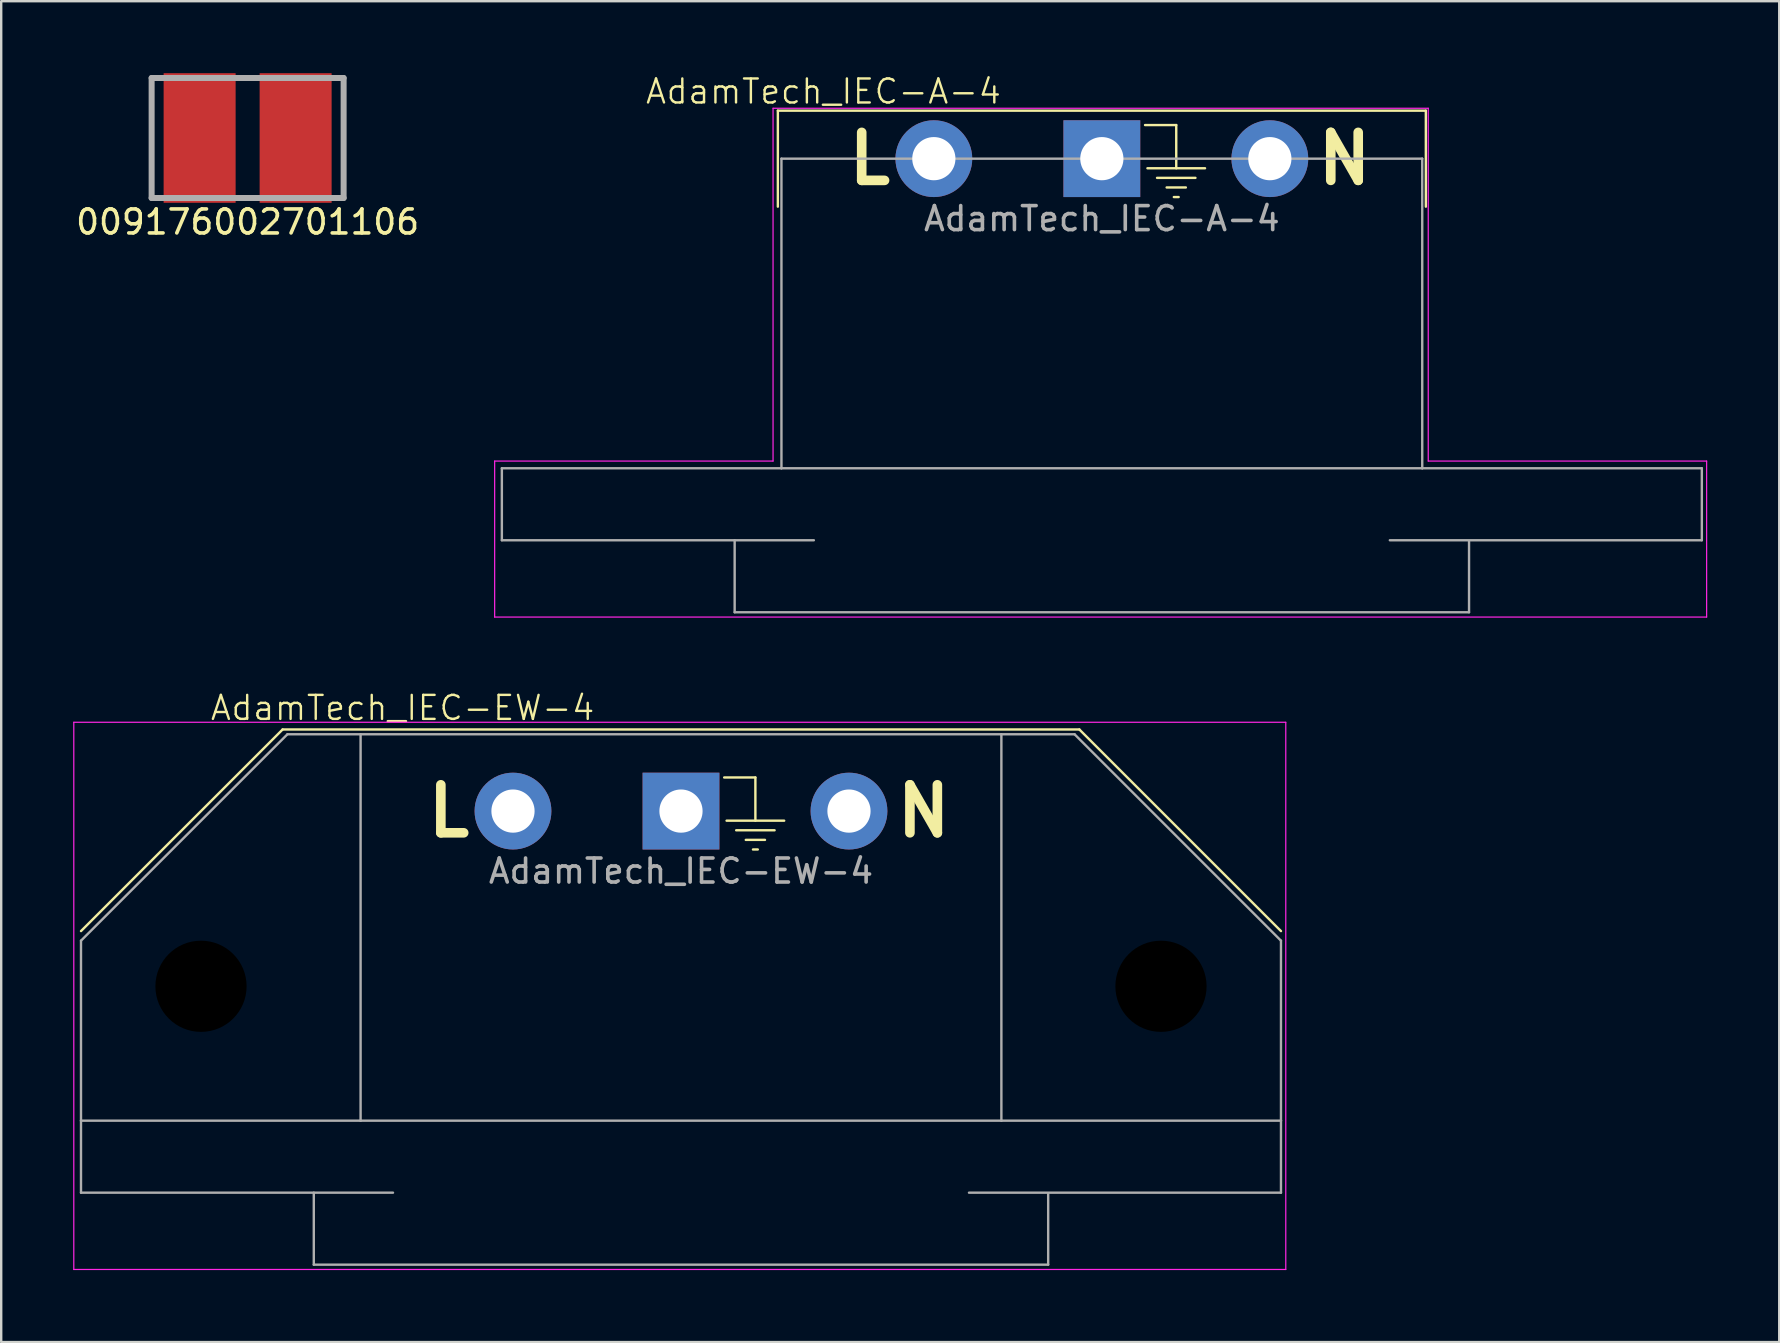
<source format=kicad_pcb>
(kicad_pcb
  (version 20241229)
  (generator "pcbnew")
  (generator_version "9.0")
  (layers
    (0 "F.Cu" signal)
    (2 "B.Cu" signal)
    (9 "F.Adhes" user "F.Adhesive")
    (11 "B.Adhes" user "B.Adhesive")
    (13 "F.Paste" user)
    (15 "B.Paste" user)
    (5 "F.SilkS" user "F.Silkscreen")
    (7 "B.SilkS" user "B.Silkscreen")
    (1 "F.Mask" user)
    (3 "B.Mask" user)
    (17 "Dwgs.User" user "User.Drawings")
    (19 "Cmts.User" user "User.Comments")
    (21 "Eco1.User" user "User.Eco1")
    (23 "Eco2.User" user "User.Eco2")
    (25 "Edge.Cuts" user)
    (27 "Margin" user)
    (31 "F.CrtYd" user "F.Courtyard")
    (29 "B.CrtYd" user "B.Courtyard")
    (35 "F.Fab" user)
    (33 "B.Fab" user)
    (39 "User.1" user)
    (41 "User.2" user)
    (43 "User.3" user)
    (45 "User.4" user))
  (footprint "AdamTech_IEC-A-4"
    (layer "F.Cu")
    (at 42.861 3.561)
    (property "Reference" "AdamTech_IEC-A-4" (at -11.6 -2.8 0) (unlocked yes) (layer "F.SilkS") (effects (font (size 1 1) (thickness 0.1))))
    (attr through_hole)
    (fp_line (start -13.5 -2) (end 13.5 -2) (stroke (width 0.1) (type default)) (layer "F.SilkS"))
    (fp_line (start -13.5 2) (end -13.5 -2) (stroke (width 0.1) (type default)) (layer "F.SilkS"))
    (fp_line (start 1.8 -1.4) (end 3.1 -1.4) (stroke (width 0.1) (type default)) (layer "F.SilkS"))
    (fp_line (start 1.9 0.4) (end 4.3 0.4) (stroke (width 0.1) (type default)) (layer "F.SilkS"))
    (fp_line (start 2.3 0.8) (end 3.9 0.8) (stroke (width 0.1) (type default)) (layer "F.SilkS"))
    (fp_line (start 2.7 1.2) (end 3.5 1.2) (stroke (width 0.1) (type default)) (layer "F.SilkS"))
    (fp_line (start 3 1.6) (end 3.2 1.6) (stroke (width 0.1) (type default)) (layer "F.SilkS"))
    (fp_line (start 3.1 -1.4) (end 3.1 0.4) (stroke (width 0.1) (type default)) (layer "F.SilkS"))
    (fp_line (start 13.5 -2) (end 13.5 2) (stroke (width 0.1) (type default)) (layer "F.SilkS"))
    (fp_line (start -25.3 12.6) (end -13.7 12.6) (stroke (width 0.05) (type default)) (layer "F.CrtYd"))
    (fp_line (start -25.3 19.1) (end -25.3 12.6) (stroke (width 0.05) (type default)) (layer "F.CrtYd"))
    (fp_line (start -13.7 -2.1) (end 13.6 -2.1) (stroke (width 0.05) (type default)) (layer "F.CrtYd"))
    (fp_line (start -13.7 12.6) (end -13.7 -2.1) (stroke (width 0.05) (type default)) (layer "F.CrtYd"))
    (fp_line (start 13.6 -2.1) (end 13.6 12.6) (stroke (width 0.05) (type default)) (layer "F.CrtYd"))
    (fp_line (start 13.6 12.6) (end 25.2 12.6) (stroke (width 0.05) (type default)) (layer "F.CrtYd"))
    (fp_line (start 25.2 12.6) (end 25.2 19.1) (stroke (width 0.05) (type default)) (layer "F.CrtYd"))
    (fp_line (start 25.2 19.1) (end -25.3 19.1) (stroke (width 0.05) (type default)) (layer "F.CrtYd"))
    (fp_line (start -25 12.9) (end -25 15.9) (stroke (width 0.1) (type default)) (layer "F.Fab"))
    (fp_line (start -25 15.9) (end -12 15.9) (stroke (width 0.1) (type default)) (layer "F.Fab"))
    (fp_line (start -15.3 15.9) (end -15.3 18.9) (stroke (width 0.1) (type default)) (layer "F.Fab"))
    (fp_line (start -15.3 18.9) (end 15.3 18.9) (stroke (width 0.1) (type default)) (layer "F.Fab"))
    (fp_line (start -13.35 0) (end -13.35 12.9) (stroke (width 0.1) (type default)) (layer "F.Fab"))
    (fp_line (start -13.35 0) (end 13.35 0) (stroke (width 0.1) (type default)) (layer "F.Fab"))
    (fp_line (start -13.35 12.9) (end -25 12.9) (stroke (width 0.1) (type default)) (layer "F.Fab"))
    (fp_line (start -13.35 12.9) (end 13.35 12.9) (stroke (width 0.1) (type default)) (layer "F.Fab"))
    (fp_line (start 13.35 12.9) (end 13.35 0) (stroke (width 0.1) (type default)) (layer "F.Fab"))
    (fp_line (start 13.35 12.9) (end 25 12.9) (stroke (width 0.1) (type default)) (layer "F.Fab"))
    (fp_line (start 15.3 18.9) (end 15.3 15.95) (stroke (width 0.1) (type default)) (layer "F.Fab"))
    (fp_line (start 25 12.9) (end 25 15.9) (stroke (width 0.1) (type default)) (layer "F.Fab"))
    (fp_line (start 25 15.9) (end 12 15.9) (stroke (width 0.1) (type default)) (layer "F.Fab"))
    (fp_text user "L" (at -8.6 0 0) (unlocked yes) (layer "F.SilkS") (effects (font (size 2 2) (thickness 0.4) (bold yes)) (justify right)))
    (fp_text user "N" (at 8.8 0 0) (unlocked yes) (layer "F.SilkS") (effects (font (size 2 2) (thickness 0.4) (bold yes)) (justify left)))
    (fp_text user "${REFERENCE}" (at 0 2.5 0) (unlocked yes) (layer "F.Fab") (effects (font (size 1 1) (thickness 0.15))))
    (pad "1" thru_hole circle (at -7 0) (size 3.2 3.2) (drill 1.8) (layers "*.Cu" "*.Mask"))
    (pad "2" thru_hole circle (at 7 0) (size 3.2 3.2) (drill 1.8) (layers "*.Cu" "*.Mask"))
    (pad "3" thru_hole rect (at 0 0) (size 3.2 3.2) (drill 1.8) (layers "*.Cu" "*.Mask")))
  (footprint "AdamTech_IEC-EW-4"
    (layer "F.Cu")
    (at 25.325 46.546)
    (property "Reference" "AdamTech_IEC-EW-4" (at -11.6 -20.1 0) (unlocked yes) (layer "F.SilkS") (effects (font (size 1 1) (thickness 0.1))))
    (attr through_hole)
    (fp_line (start -16.6 -19.2) (end -25 -10.8) (stroke (width 0.1) (type default)) (layer "F.SilkS"))
    (fp_line (start -16.6 -19.2) (end 16.6 -19.2) (stroke (width 0.1) (type default)) (layer "F.SilkS"))
    (fp_line (start 1.8 -17.2) (end 3.1 -17.2) (stroke (width 0.1) (type default)) (layer "F.SilkS"))
    (fp_line (start 1.9 -15.4) (end 4.3 -15.4) (stroke (width 0.1) (type default)) (layer "F.SilkS"))
    (fp_line (start 2.3 -15) (end 3.9 -15) (stroke (width 0.1) (type default)) (layer "F.SilkS"))
    (fp_line (start 2.7 -14.6) (end 3.5 -14.6) (stroke (width 0.1) (type default)) (layer "F.SilkS"))
    (fp_line (start 3 -14.2) (end 3.2 -14.2) (stroke (width 0.1) (type default)) (layer "F.SilkS"))
    (fp_line (start 3.1 -17.2) (end 3.1 -15.4) (stroke (width 0.1) (type default)) (layer "F.SilkS"))
    (fp_line (start 16.6 -19.2) (end 25 -10.8) (stroke (width 0.1) (type default)) (layer "F.SilkS"))
    (fp_line (start -25.3 -19.5) (end 25.2 -19.5) (stroke (width 0.05) (type default)) (layer "F.CrtYd"))
    (fp_line (start -25.3 3.3) (end -25.3 -19.5) (stroke (width 0.05) (type default)) (layer "F.CrtYd"))
    (fp_line (start 25.2 -19.5) (end 25.2 3.3) (stroke (width 0.05) (type default)) (layer "F.CrtYd"))
    (fp_line (start 25.2 3.3) (end -25.3 3.3) (stroke (width 0.05) (type default)) (layer "F.CrtYd"))
    (fp_line (start -25 -2.9) (end -25 -10.4) (stroke (width 0.1) (type default)) (layer "F.Fab"))
    (fp_line (start -25 -2.9) (end -25 0.1) (stroke (width 0.1) (type default)) (layer "F.Fab"))
    (fp_line (start -25 0.1) (end -12 0.1) (stroke (width 0.1) (type default)) (layer "F.Fab"))
    (fp_line (start -16.4 -19) (end -25 -10.4) (stroke (width 0.1) (type default)) (layer "F.Fab"))
    (fp_line (start -16.4 -19) (end 16.4 -19) (stroke (width 0.1) (type default)) (layer "F.Fab"))
    (fp_line (start -15.3 0.1) (end -15.3 3.1) (stroke (width 0.1) (type default)) (layer "F.Fab"))
    (fp_line (start -15.3 3.1) (end 15.3 3.1) (stroke (width 0.1) (type default)) (layer "F.Fab"))
    (fp_line (start -13.35 -19) (end -13.35 -2.9) (stroke (width 0.1) (type default)) (layer "F.Fab"))
    (fp_line (start -13.35 -2.9) (end -25 -2.9) (stroke (width 0.1) (type default)) (layer "F.Fab"))
    (fp_line (start -13.35 -2.9) (end 13.35 -2.9) (stroke (width 0.1) (type default)) (layer "F.Fab"))
    (fp_line (start 13.35 -2.9) (end 13.35 -19) (stroke (width 0.1) (type default)) (layer "F.Fab"))
    (fp_line (start 13.35 -2.9) (end 25 -2.9) (stroke (width 0.1) (type default)) (layer "F.Fab"))
    (fp_line (start 15.3 3.1) (end 15.3 0.15) (stroke (width 0.1) (type default)) (layer "F.Fab"))
    (fp_line (start 16.4 -19) (end 25 -10.4) (stroke (width 0.1) (type default)) (layer "F.Fab"))
    (fp_line (start 25 -2.9) (end 25 -10.4) (stroke (width 0.1) (type default)) (layer "F.Fab"))
    (fp_line (start 25 -2.9) (end 25 0.1) (stroke (width 0.1) (type default)) (layer "F.Fab"))
    (fp_line (start 25 0.1) (end 12 0.1) (stroke (width 0.1) (type default)) (layer "F.Fab"))
    (fp_text user "N" (at 8.8 -15.8 0) (unlocked yes) (layer "F.SilkS") (effects (font (size 2 2) (thickness 0.4) (bold yes)) (justify left)))
    (fp_text user "L" (at -8.6 -15.8 0) (unlocked yes) (layer "F.SilkS") (effects (font (size 2 2) (thickness 0.4) (bold yes)) (justify right)))
    (fp_text user "${REFERENCE}" (at 0 -13.3 0) (unlocked yes) (layer "F.Fab") (effects (font (size 1 1) (thickness 0.15))))
    (pad "" np_thru_hole circle (at -20 -8.5) (size 4 4) (drill 3.8) (layers "*.Mask"))
    (pad "" np_thru_hole circle (at 20 -8.5) (size 4 4) (drill 3.8) (layers "*.Mask"))
    (pad "1" thru_hole circle (at -7 -15.8) (size 3.2 3.2) (drill 1.8) (layers "*.Cu" "*.Mask"))
    (pad "2" thru_hole circle (at 7 -15.8) (size 3.2 3.2) (drill 1.8) (layers "*.Cu" "*.Mask"))
    (pad "3" thru_hole rect (at 0 -15.8) (size 3.2 3.2) (drill 1.8) (layers "*.Cu" "*.Mask")))
  (footprint "009176002701106"
    (layer "F.Cu")
    (at 7.268 2.7)
    (property "Reference" "009176002701106" (at 0 3.5 0) (layer "F.SilkS") (effects (font (size 1 1) (thickness 0.15))))
    (attr through_hole)
    (fp_line (start -4 -2.5) (end 4 -2.5) (stroke (width 0.25) (type solid)) (layer "F.Fab"))
    (fp_line (start -4 2.5) (end -4 -2.5) (stroke (width 0.25) (type solid)) (layer "F.Fab"))
    (fp_line (start 4 -2.5) (end 4 2.5) (stroke (width 0.25) (type solid)) (layer "F.Fab"))
    (fp_line (start 4 2.5) (end -4 2.5) (stroke (width 0.25) (type solid)) (layer "F.Fab"))
    (pad "1" smd rect (at -2 0) (size 3 5.4) (layers "F.Cu" "F.Mask" "F.Paste"))
    (pad "2" smd rect (at 2 0) (size 3 5.4) (layers "F.Cu" "F.Mask" "F.Paste")))
  (gr_rect
    (start -3 -3)
    (end 71.086 52.871)
    (stroke (width 0.1) (type default))
    (fill no)
    (layer "Edge.Cuts")))
</source>
